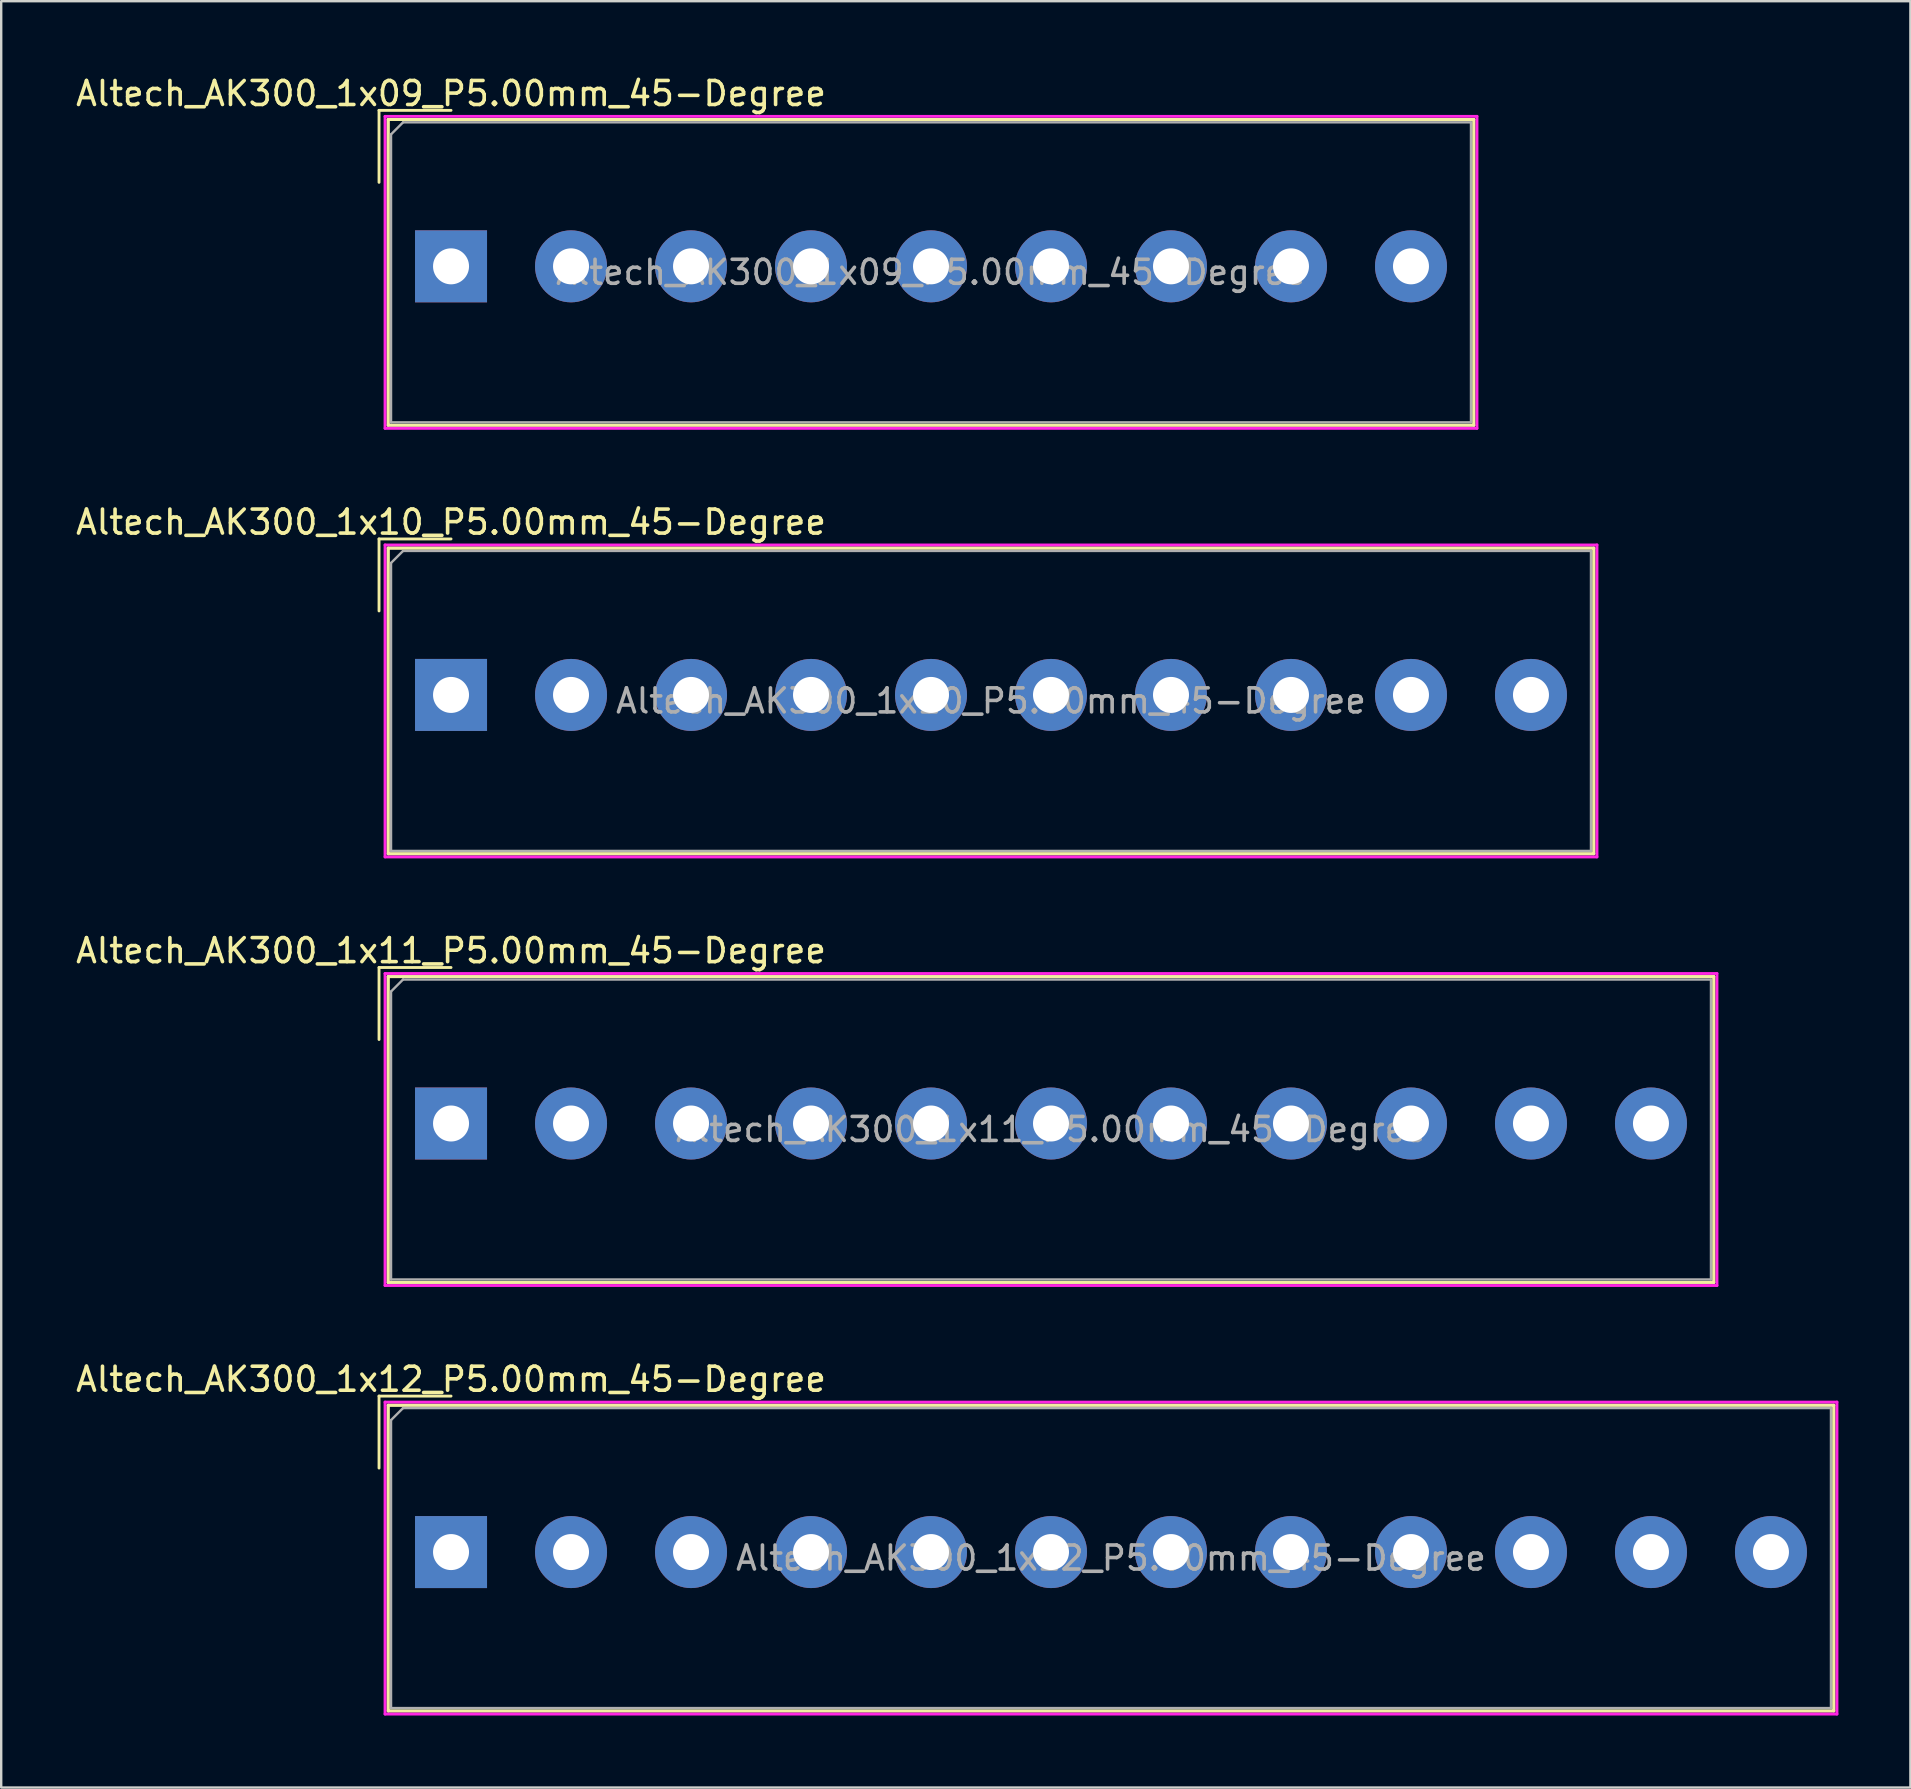
<source format=kicad_pcb>
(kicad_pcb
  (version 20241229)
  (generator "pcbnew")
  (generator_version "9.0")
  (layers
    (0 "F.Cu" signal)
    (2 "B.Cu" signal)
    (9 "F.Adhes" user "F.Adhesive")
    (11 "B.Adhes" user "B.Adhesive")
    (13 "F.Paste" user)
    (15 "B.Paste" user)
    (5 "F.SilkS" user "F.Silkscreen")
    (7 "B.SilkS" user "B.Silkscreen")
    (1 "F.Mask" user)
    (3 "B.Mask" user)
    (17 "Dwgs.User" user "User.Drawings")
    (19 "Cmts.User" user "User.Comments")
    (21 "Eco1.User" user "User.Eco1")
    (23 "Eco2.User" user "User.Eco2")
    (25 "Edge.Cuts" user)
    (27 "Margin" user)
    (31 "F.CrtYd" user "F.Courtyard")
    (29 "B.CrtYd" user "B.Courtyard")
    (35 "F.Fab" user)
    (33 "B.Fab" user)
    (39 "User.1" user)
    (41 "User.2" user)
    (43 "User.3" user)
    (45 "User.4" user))
  (footprint "Altech_AK300_1x11_P5.00mm_45-Degree"
    (layer "F.Cu")
    (at 15.744 43.765)
    (property "Reference" "Altech_AK300_1x11_P5.00mm_45-Degree" (at 0 -7.2 0) (layer "F.SilkS") (effects (font (size 1 1) (thickness 0.15))))
    (attr through_hole)
    (fp_line (start -3 -6.5) (end 0 -6.5) (stroke (width 0.12) (type solid)) (layer "F.SilkS"))
    (fp_line (start -3 -3.5) (end -3 -6.5) (stroke (width 0.12) (type solid)) (layer "F.SilkS"))
    (fp_line (start -2.62 -6.12) (end -2.62 6.62) (stroke (width 0.12) (type solid)) (layer "F.SilkS"))
    (fp_line (start -2.62 -6.12) (end -2.62 6.62) (stroke (width 0.12) (type solid)) (layer "F.SilkS"))
    (fp_line (start -2.62 -6.12) (end 52.62 -6.12) (stroke (width 0.12) (type solid)) (layer "F.SilkS"))
    (fp_line (start -2.62 -6.12) (end 52.62 -6.12) (stroke (width 0.12) (type solid)) (layer "F.SilkS"))
    (fp_line (start -2.62 6.62) (end 52.62 6.62) (stroke (width 0.12) (type solid)) (layer "F.SilkS"))
    (fp_line (start -2.62 6.62) (end 52.62 6.62) (stroke (width 0.12) (type solid)) (layer "F.SilkS"))
    (fp_line (start 52.62 -6.12) (end 52.62 6.62) (stroke (width 0.12) (type solid)) (layer "F.SilkS"))
    (fp_line (start 52.62 -6.12) (end 52.62 6.62) (stroke (width 0.12) (type solid)) (layer "F.SilkS"))
    (fp_line (start -2.75 -6.25) (end -2.75 6.75) (stroke (width 0.12) (type solid)) (layer "F.CrtYd"))
    (fp_line (start -2.75 -6.25) (end 52.75 -6.25) (stroke (width 0.12) (type solid)) (layer "F.CrtYd"))
    (fp_line (start -2.75 6.75) (end 52.75 6.75) (stroke (width 0.12) (type solid)) (layer "F.CrtYd"))
    (fp_line (start 52.75 -6.25) (end 52.75 6.75) (stroke (width 0.12) (type solid)) (layer "F.CrtYd"))
    (fp_line (start -2.5 -5.5) (end -2 -6) (stroke (width 0.1) (type solid)) (layer "F.Fab"))
    (fp_line (start -2.5 6.5) (end -2.5 -5.5) (stroke (width 0.1) (type solid)) (layer "F.Fab"))
    (fp_line (start -2 -6) (end 52.5 -6) (stroke (width 0.1) (type solid)) (layer "F.Fab"))
    (fp_line (start 52.5 -6) (end 52.5 6.5) (stroke (width 0.1) (type solid)) (layer "F.Fab"))
    (fp_line (start 52.5 6.5) (end -2.5 6.5) (stroke (width 0.1) (type solid)) (layer "F.Fab"))
    (fp_text user "${REFERENCE}" (at 25 0.25 0) (layer "F.Fab") (effects (font (size 1 1) (thickness 0.15))))
    (pad "1" thru_hole rect (at 0 0) (size 3 3) (drill 1.5) (layers "*.Cu" "*.Mask"))
    (pad "2" thru_hole circle (at 5 0) (size 3 3) (drill 1.5) (layers "*.Cu" "*.Mask"))
    (pad "3" thru_hole circle (at 10 0) (size 3 3) (drill 1.5) (layers "*.Cu" "*.Mask"))
    (pad "4" thru_hole circle (at 15 0) (size 3 3) (drill 1.5) (layers "*.Cu" "*.Mask"))
    (pad "5" thru_hole circle (at 20 0) (size 3 3) (drill 1.5) (layers "*.Cu" "*.Mask"))
    (pad "6" thru_hole circle (at 25 0) (size 3 3) (drill 1.5) (layers "*.Cu" "*.Mask"))
    (pad "7" thru_hole circle (at 30 0) (size 3 3) (drill 1.5) (layers "*.Cu" "*.Mask"))
    (pad "8" thru_hole circle (at 35 0) (size 3 3) (drill 1.5) (layers "*.Cu" "*.Mask"))
    (pad "9" thru_hole circle (at 40 0) (size 3 3) (drill 1.5) (layers "*.Cu" "*.Mask"))
    (pad "10" thru_hole circle (at 45 0) (size 3 3) (drill 1.5) (layers "*.Cu" "*.Mask"))
    (pad "11" thru_hole circle (at 50 0) (size 3 3) (drill 1.5) (layers "*.Cu" "*.Mask")))
  (footprint "Altech_AK300_1x12_P5.00mm_45-Degree"
    (layer "F.Cu")
    (at 15.744 61.623)
    (property "Reference" "Altech_AK300_1x12_P5.00mm_45-Degree" (at 0 -7.2 0) (layer "F.SilkS") (effects (font (size 1 1) (thickness 0.15))))
    (attr through_hole)
    (fp_line (start -3 -6.5) (end 0 -6.5) (stroke (width 0.12) (type solid)) (layer "F.SilkS"))
    (fp_line (start -3 -3.5) (end -3 -6.5) (stroke (width 0.12) (type solid)) (layer "F.SilkS"))
    (fp_line (start -2.62 -6.12) (end -2.62 6.62) (stroke (width 0.12) (type solid)) (layer "F.SilkS"))
    (fp_line (start -2.62 -6.12) (end -2.62 6.62) (stroke (width 0.12) (type solid)) (layer "F.SilkS"))
    (fp_line (start -2.62 -6.12) (end 57.62 -6.12) (stroke (width 0.12) (type solid)) (layer "F.SilkS"))
    (fp_line (start -2.62 -6.12) (end 57.62 -6.12) (stroke (width 0.12) (type solid)) (layer "F.SilkS"))
    (fp_line (start -2.62 6.62) (end 57.62 6.62) (stroke (width 0.12) (type solid)) (layer "F.SilkS"))
    (fp_line (start -2.62 6.62) (end 57.62 6.62) (stroke (width 0.12) (type solid)) (layer "F.SilkS"))
    (fp_line (start 57.62 -6.12) (end 57.62 6.62) (stroke (width 0.12) (type solid)) (layer "F.SilkS"))
    (fp_line (start 57.62 -6.12) (end 57.62 6.62) (stroke (width 0.12) (type solid)) (layer "F.SilkS"))
    (fp_line (start -2.75 -6.25) (end -2.75 6.75) (stroke (width 0.12) (type solid)) (layer "F.CrtYd"))
    (fp_line (start -2.75 -6.25) (end 57.75 -6.25) (stroke (width 0.12) (type solid)) (layer "F.CrtYd"))
    (fp_line (start -2.75 6.75) (end 57.75 6.75) (stroke (width 0.12) (type solid)) (layer "F.CrtYd"))
    (fp_line (start 57.75 -6.25) (end 57.75 6.75) (stroke (width 0.12) (type solid)) (layer "F.CrtYd"))
    (fp_line (start -2.5 -5.5) (end -2 -6) (stroke (width 0.1) (type solid)) (layer "F.Fab"))
    (fp_line (start -2.5 6.5) (end -2.5 -5.5) (stroke (width 0.1) (type solid)) (layer "F.Fab"))
    (fp_line (start -2 -6) (end 57.5 -6) (stroke (width 0.1) (type solid)) (layer "F.Fab"))
    (fp_line (start 57.5 -6) (end 57.5 6.5) (stroke (width 0.1) (type solid)) (layer "F.Fab"))
    (fp_line (start 57.5 6.5) (end -2.5 6.5) (stroke (width 0.1) (type solid)) (layer "F.Fab"))
    (fp_text user "${REFERENCE}" (at 27.5 0.25 0) (layer "F.Fab") (effects (font (size 1 1) (thickness 0.15))))
    (pad "1" thru_hole rect (at 0 0) (size 3 3) (drill 1.5) (layers "*.Cu" "*.Mask"))
    (pad "2" thru_hole circle (at 5 0) (size 3 3) (drill 1.5) (layers "*.Cu" "*.Mask"))
    (pad "3" thru_hole circle (at 10 0) (size 3 3) (drill 1.5) (layers "*.Cu" "*.Mask"))
    (pad "4" thru_hole circle (at 15 0) (size 3 3) (drill 1.5) (layers "*.Cu" "*.Mask"))
    (pad "5" thru_hole circle (at 20 0) (size 3 3) (drill 1.5) (layers "*.Cu" "*.Mask"))
    (pad "6" thru_hole circle (at 25 0) (size 3 3) (drill 1.5) (layers "*.Cu" "*.Mask"))
    (pad "7" thru_hole circle (at 30 0) (size 3 3) (drill 1.5) (layers "*.Cu" "*.Mask"))
    (pad "8" thru_hole circle (at 35 0) (size 3 3) (drill 1.5) (layers "*.Cu" "*.Mask"))
    (pad "9" thru_hole circle (at 40 0) (size 3 3) (drill 1.5) (layers "*.Cu" "*.Mask"))
    (pad "10" thru_hole circle (at 45 0) (size 3 3) (drill 1.5) (layers "*.Cu" "*.Mask"))
    (pad "11" thru_hole circle (at 50 0) (size 3 3) (drill 1.5) (layers "*.Cu" "*.Mask"))
    (pad "12" thru_hole circle (at 55 0) (size 3 3) (drill 1.5) (layers "*.Cu" "*.Mask")))
  (footprint "Altech_AK300_1x10_P5.00mm_45-Degree"
    (layer "F.Cu")
    (at 15.744 25.907)
    (property "Reference" "Altech_AK300_1x10_P5.00mm_45-Degree" (at 0 -7.2 0) (layer "F.SilkS") (effects (font (size 1 1) (thickness 0.15))))
    (attr through_hole)
    (fp_line (start -3 -6.5) (end 0 -6.5) (stroke (width 0.12) (type solid)) (layer "F.SilkS"))
    (fp_line (start -3 -3.5) (end -3 -6.5) (stroke (width 0.12) (type solid)) (layer "F.SilkS"))
    (fp_line (start -2.62 -6.12) (end -2.62 6.62) (stroke (width 0.12) (type solid)) (layer "F.SilkS"))
    (fp_line (start -2.62 -6.12) (end -2.62 6.62) (stroke (width 0.12) (type solid)) (layer "F.SilkS"))
    (fp_line (start -2.62 -6.12) (end 47.62 -6.12) (stroke (width 0.12) (type solid)) (layer "F.SilkS"))
    (fp_line (start -2.62 -6.12) (end 47.62 -6.12) (stroke (width 0.12) (type solid)) (layer "F.SilkS"))
    (fp_line (start -2.62 6.62) (end 47.62 6.62) (stroke (width 0.12) (type solid)) (layer "F.SilkS"))
    (fp_line (start -2.62 6.62) (end 47.62 6.62) (stroke (width 0.12) (type solid)) (layer "F.SilkS"))
    (fp_line (start 47.62 -6.12) (end 47.62 6.62) (stroke (width 0.12) (type solid)) (layer "F.SilkS"))
    (fp_line (start 47.62 -6.12) (end 47.62 6.62) (stroke (width 0.12) (type solid)) (layer "F.SilkS"))
    (fp_line (start -2.75 -6.25) (end -2.75 6.75) (stroke (width 0.12) (type solid)) (layer "F.CrtYd"))
    (fp_line (start -2.75 -6.25) (end 47.75 -6.25) (stroke (width 0.12) (type solid)) (layer "F.CrtYd"))
    (fp_line (start -2.75 6.75) (end 47.75 6.75) (stroke (width 0.12) (type solid)) (layer "F.CrtYd"))
    (fp_line (start 47.75 -6.25) (end 47.75 6.75) (stroke (width 0.12) (type solid)) (layer "F.CrtYd"))
    (fp_line (start -2.5 -5.5) (end -2 -6) (stroke (width 0.1) (type solid)) (layer "F.Fab"))
    (fp_line (start -2.5 6.5) (end -2.5 -5.5) (stroke (width 0.1) (type solid)) (layer "F.Fab"))
    (fp_line (start -2 -6) (end 47.5 -6) (stroke (width 0.1) (type solid)) (layer "F.Fab"))
    (fp_line (start 47.5 -6) (end 47.5 6.5) (stroke (width 0.1) (type solid)) (layer "F.Fab"))
    (fp_line (start 47.5 6.5) (end -2.5 6.5) (stroke (width 0.1) (type solid)) (layer "F.Fab"))
    (fp_text user "${REFERENCE}" (at 22.5 0.25 0) (layer "F.Fab") (effects (font (size 1 1) (thickness 0.15))))
    (pad "1" thru_hole rect (at 0 0) (size 3 3) (drill 1.5) (layers "*.Cu" "*.Mask"))
    (pad "2" thru_hole circle (at 5 0) (size 3 3) (drill 1.5) (layers "*.Cu" "*.Mask"))
    (pad "3" thru_hole circle (at 10 0) (size 3 3) (drill 1.5) (layers "*.Cu" "*.Mask"))
    (pad "4" thru_hole circle (at 15 0) (size 3 3) (drill 1.5) (layers "*.Cu" "*.Mask"))
    (pad "5" thru_hole circle (at 20 0) (size 3 3) (drill 1.5) (layers "*.Cu" "*.Mask"))
    (pad "6" thru_hole circle (at 25 0) (size 3 3) (drill 1.5) (layers "*.Cu" "*.Mask"))
    (pad "7" thru_hole circle (at 30 0) (size 3 3) (drill 1.5) (layers "*.Cu" "*.Mask"))
    (pad "8" thru_hole circle (at 35 0) (size 3 3) (drill 1.5) (layers "*.Cu" "*.Mask"))
    (pad "9" thru_hole circle (at 40 0) (size 3 3) (drill 1.5) (layers "*.Cu" "*.Mask"))
    (pad "10" thru_hole circle (at 45 0) (size 3 3) (drill 1.5) (layers "*.Cu" "*.Mask")))
  (footprint "Altech_AK300_1x09_P5.00mm_45-Degree"
    (layer "F.Cu")
    (at 15.744 8.048)
    (property "Reference" "Altech_AK300_1x09_P5.00mm_45-Degree" (at 0 -7.2 0) (layer "F.SilkS") (effects (font (size 1 1) (thickness 0.15))))
    (attr through_hole)
    (fp_line (start -3 -6.5) (end 0 -6.5) (stroke (width 0.12) (type solid)) (layer "F.SilkS"))
    (fp_line (start -3 -3.5) (end -3 -6.5) (stroke (width 0.12) (type solid)) (layer "F.SilkS"))
    (fp_line (start -2.62 -6.12) (end -2.62 6.62) (stroke (width 0.12) (type solid)) (layer "F.SilkS"))
    (fp_line (start -2.62 -6.12) (end -2.62 6.62) (stroke (width 0.12) (type solid)) (layer "F.SilkS"))
    (fp_line (start -2.62 -6.12) (end 42.62 -6.12) (stroke (width 0.12) (type solid)) (layer "F.SilkS"))
    (fp_line (start -2.62 -6.12) (end 42.62 -6.12) (stroke (width 0.12) (type solid)) (layer "F.SilkS"))
    (fp_line (start -2.62 6.62) (end 42.62 6.62) (stroke (width 0.12) (type solid)) (layer "F.SilkS"))
    (fp_line (start -2.62 6.62) (end 42.62 6.62) (stroke (width 0.12) (type solid)) (layer "F.SilkS"))
    (fp_line (start 42.62 -6.12) (end 42.62 6.62) (stroke (width 0.12) (type solid)) (layer "F.SilkS"))
    (fp_line (start 42.62 -6.12) (end 42.62 6.62) (stroke (width 0.12) (type solid)) (layer "F.SilkS"))
    (fp_line (start -2.75 -6.25) (end -2.75 6.75) (stroke (width 0.12) (type solid)) (layer "F.CrtYd"))
    (fp_line (start -2.75 -6.25) (end 42.75 -6.25) (stroke (width 0.12) (type solid)) (layer "F.CrtYd"))
    (fp_line (start -2.75 6.75) (end 42.75 6.75) (stroke (width 0.12) (type solid)) (layer "F.CrtYd"))
    (fp_line (start 42.75 -6.25) (end 42.75 6.75) (stroke (width 0.12) (type solid)) (layer "F.CrtYd"))
    (fp_line (start -2.5 -5.5) (end -2 -6) (stroke (width 0.1) (type solid)) (layer "F.Fab"))
    (fp_line (start -2.5 6.5) (end -2.5 -5.5) (stroke (width 0.1) (type solid)) (layer "F.Fab"))
    (fp_line (start -2 -6) (end 42.5 -6) (stroke (width 0.1) (type solid)) (layer "F.Fab"))
    (fp_line (start 42.5 -6) (end 42.5 6.5) (stroke (width 0.1) (type solid)) (layer "F.Fab"))
    (fp_line (start 42.5 6.5) (end -2.5 6.5) (stroke (width 0.1) (type solid)) (layer "F.Fab"))
    (fp_text user "${REFERENCE}" (at 20 0.25 0) (layer "F.Fab") (effects (font (size 1 1) (thickness 0.15))))
    (pad "1" thru_hole rect (at 0 0) (size 3 3) (drill 1.5) (layers "*.Cu" "*.Mask"))
    (pad "2" thru_hole circle (at 5 0) (size 3 3) (drill 1.5) (layers "*.Cu" "*.Mask"))
    (pad "3" thru_hole circle (at 10 0) (size 3 3) (drill 1.5) (layers "*.Cu" "*.Mask"))
    (pad "4" thru_hole circle (at 15 0) (size 3 3) (drill 1.5) (layers "*.Cu" "*.Mask"))
    (pad "5" thru_hole circle (at 20 0) (size 3 3) (drill 1.5) (layers "*.Cu" "*.Mask"))
    (pad "6" thru_hole circle (at 25 0) (size 3 3) (drill 1.5) (layers "*.Cu" "*.Mask"))
    (pad "7" thru_hole circle (at 30 0) (size 3 3) (drill 1.5) (layers "*.Cu" "*.Mask"))
    (pad "8" thru_hole circle (at 35 0) (size 3 3) (drill 1.5) (layers "*.Cu" "*.Mask"))
    (pad "9" thru_hole circle (at 40 0) (size 3 3) (drill 1.5) (layers "*.Cu" "*.Mask")))
  (gr_rect
    (start -3 -3)
    (end 76.554 71.433)
    (stroke (width 0.1) (type default))
    (fill no)
    (layer "Edge.Cuts")))
</source>
